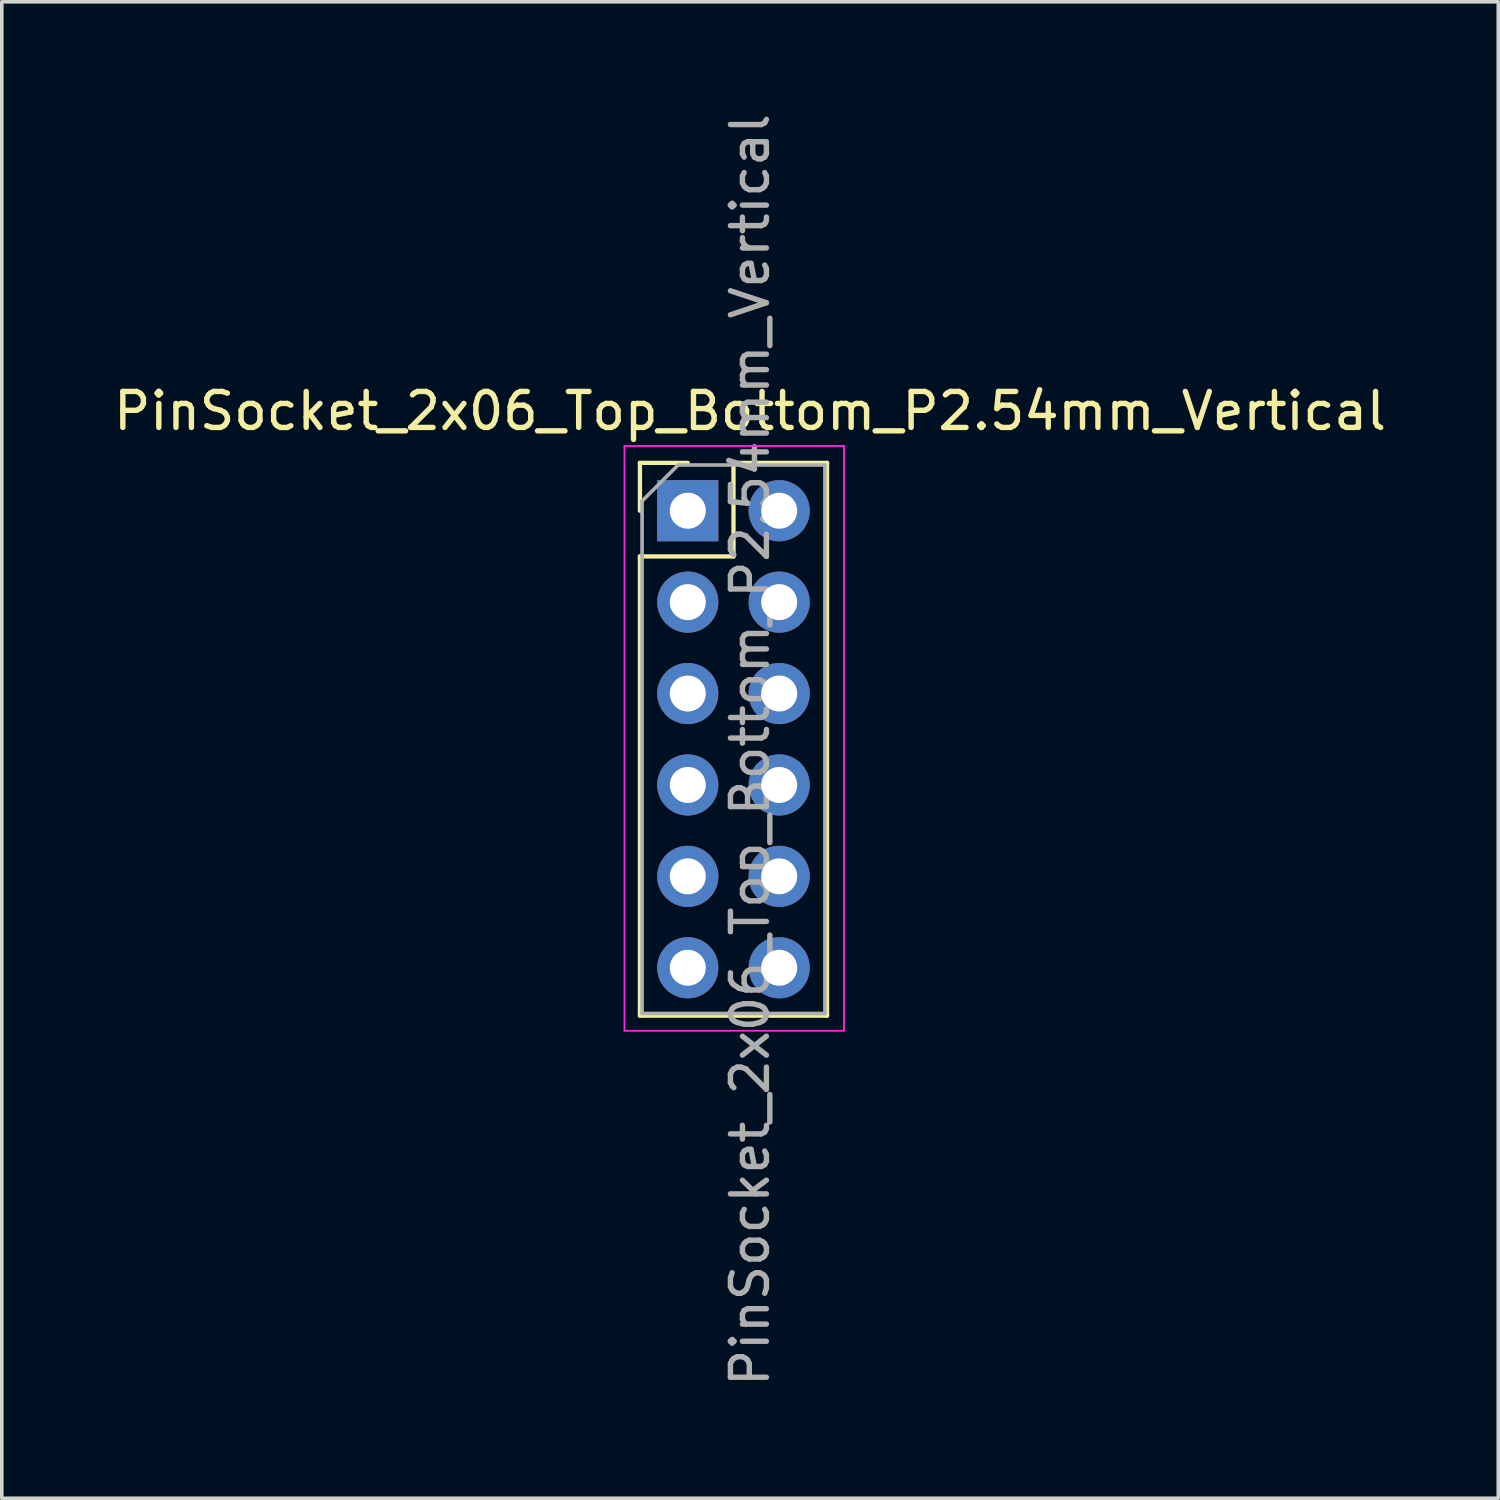
<source format=kicad_pcb>
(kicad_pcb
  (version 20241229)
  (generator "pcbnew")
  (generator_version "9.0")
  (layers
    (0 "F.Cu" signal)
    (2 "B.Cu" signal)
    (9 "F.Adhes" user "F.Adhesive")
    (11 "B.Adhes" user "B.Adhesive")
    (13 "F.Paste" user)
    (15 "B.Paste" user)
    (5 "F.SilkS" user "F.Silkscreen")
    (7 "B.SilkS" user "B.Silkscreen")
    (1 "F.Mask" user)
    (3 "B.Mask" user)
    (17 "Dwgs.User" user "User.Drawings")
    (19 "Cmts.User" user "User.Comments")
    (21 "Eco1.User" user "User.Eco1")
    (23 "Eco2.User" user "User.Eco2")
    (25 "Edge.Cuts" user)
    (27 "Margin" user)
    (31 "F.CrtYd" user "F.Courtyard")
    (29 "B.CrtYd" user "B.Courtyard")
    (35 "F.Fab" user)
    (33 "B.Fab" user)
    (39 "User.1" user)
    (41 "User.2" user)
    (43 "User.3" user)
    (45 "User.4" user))
  (footprint "PinSocket_2x06_Top_Bottom_P2.54mm_Vertical"
    (layer "F.Cu")
    (at 19.062 11.142)
    (property "Reference" "PinSocket_2x06_Top_Bottom_P2.54mm_Vertical" (at -1.27 -2.77 0) (layer "F.SilkS") (effects (font (size 1 1) (thickness 0.15))))
    (attr through_hole)
    (fp_line (start -4.33 -1.33) (end -4.33 0) (stroke (width 0.12) (type solid)) (layer "F.SilkS"))
    (fp_line (start -4.33 1.27) (end -4.33 14.03) (stroke (width 0.12) (type solid)) (layer "F.SilkS"))
    (fp_line (start -3 -1.33) (end -4.33 -1.33) (stroke (width 0.12) (type solid)) (layer "F.SilkS"))
    (fp_line (start -1.73 -1.33) (end -1.73 1.27) (stroke (width 0.12) (type solid)) (layer "F.SilkS"))
    (fp_line (start -1.73 1.27) (end -4.33 1.27) (stroke (width 0.12) (type solid)) (layer "F.SilkS"))
    (fp_line (start 0.87 -1.33) (end -1.73 -1.33) (stroke (width 0.12) (type solid)) (layer "F.SilkS"))
    (fp_line (start 0.87 -1.33) (end 0.87 14.03) (stroke (width 0.12) (type solid)) (layer "F.SilkS"))
    (fp_line (start 0.87 14.03) (end -4.33 14.03) (stroke (width 0.12) (type solid)) (layer "F.SilkS"))
    (fp_line (start -4.76 -1.8) (end -4.76 14.45) (stroke (width 0.05) (type solid)) (layer "F.CrtYd"))
    (fp_line (start -4.76 14.45) (end 1.34 14.45) (stroke (width 0.05) (type solid)) (layer "F.CrtYd"))
    (fp_line (start 1.34 -1.8) (end -4.76 -1.8) (stroke (width 0.05) (type solid)) (layer "F.CrtYd"))
    (fp_line (start 1.34 14.45) (end 1.34 -1.8) (stroke (width 0.05) (type solid)) (layer "F.CrtYd"))
    (fp_line (start -4.27 -0.27) (end -4.27 13.97) (stroke (width 0.1) (type solid)) (layer "F.Fab"))
    (fp_line (start -4.27 13.97) (end 0.81 13.97) (stroke (width 0.1) (type solid)) (layer "F.Fab"))
    (fp_line (start -3.27 -1.27) (end -4.27 -0.27) (stroke (width 0.1) (type solid)) (layer "F.Fab"))
    (fp_line (start 0.81 -1.27) (end -3.27 -1.27) (stroke (width 0.1) (type solid)) (layer "F.Fab"))
    (fp_line (start 0.81 13.97) (end 0.81 -1.27) (stroke (width 0.1) (type solid)) (layer "F.Fab"))
    (fp_text user "${REFERENCE}" (at -1.27 6.65 90) (layer "F.Fab") (effects (font (size 1 1) (thickness 0.15))))
    (pad "1" thru_hole rect (at -3 0) (size 1.7 1.7) (drill 1) (layers "*.Cu" "*.Mask"))
    (pad "2" thru_hole circle (at -3 2.54) (size 1.7 1.7) (drill 1) (layers "*.Cu" "*.Mask"))
    (pad "3" thru_hole circle (at -3 5.08) (size 1.7 1.7) (drill 1) (layers "*.Cu" "*.Mask"))
    (pad "4" thru_hole circle (at -3 7.62) (size 1.7 1.7) (drill 1) (layers "*.Cu" "*.Mask"))
    (pad "5" thru_hole circle (at -3 10.16) (size 1.7 1.7) (drill 1) (layers "*.Cu" "*.Mask"))
    (pad "6" thru_hole circle (at -3 12.7) (size 1.7 1.7) (drill 1) (layers "*.Cu" "*.Mask"))
    (pad "7" thru_hole circle (at -0.46 0) (size 1.7 1.7) (drill 1) (layers "*.Cu" "*.Mask"))
    (pad "8" thru_hole circle (at -0.46 2.54) (size 1.7 1.7) (drill 1) (layers "*.Cu" "*.Mask"))
    (pad "9" thru_hole circle (at -0.46 5.08) (size 1.7 1.7) (drill 1) (layers "*.Cu" "*.Mask"))
    (pad "10" thru_hole circle (at -0.46 7.62) (size 1.7 1.7) (drill 1) (layers "*.Cu" "*.Mask"))
    (pad "11" thru_hole circle (at -0.46 10.16) (size 1.7 1.7) (drill 1) (layers "*.Cu" "*.Mask"))
    (pad "12" thru_hole circle (at -0.46 12.7) (size 1.7 1.7) (drill 1) (layers "*.Cu" "*.Mask")))
  (gr_rect
    (start -3 -3)
    (end 38.583 38.583)
    (stroke (width 0.1) (type default))
    (fill no)
    (layer "Edge.Cuts")))
</source>
